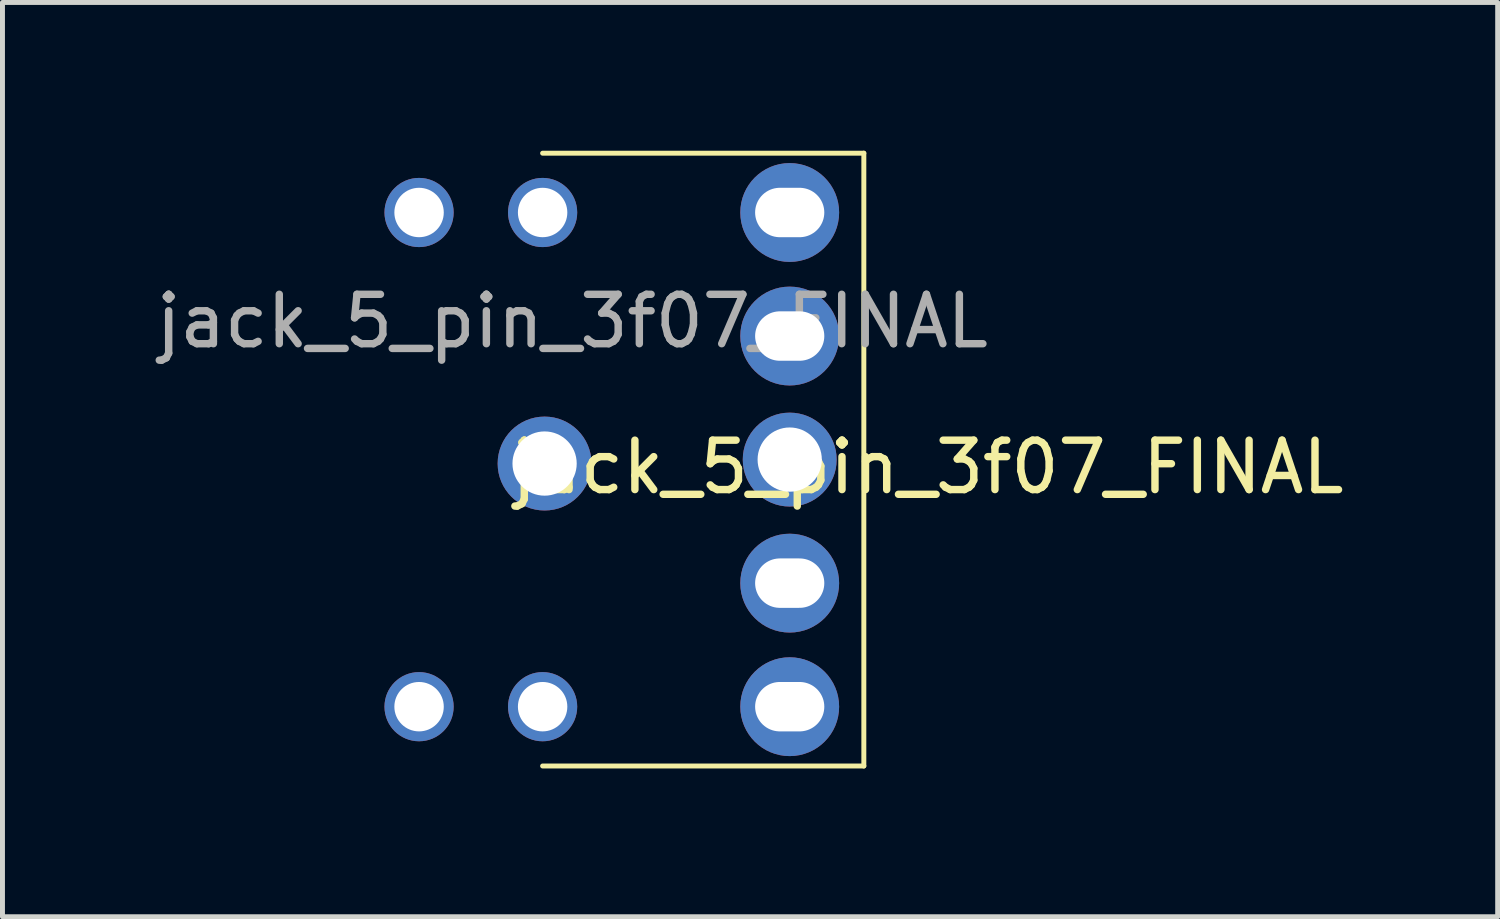
<source format=kicad_pcb>
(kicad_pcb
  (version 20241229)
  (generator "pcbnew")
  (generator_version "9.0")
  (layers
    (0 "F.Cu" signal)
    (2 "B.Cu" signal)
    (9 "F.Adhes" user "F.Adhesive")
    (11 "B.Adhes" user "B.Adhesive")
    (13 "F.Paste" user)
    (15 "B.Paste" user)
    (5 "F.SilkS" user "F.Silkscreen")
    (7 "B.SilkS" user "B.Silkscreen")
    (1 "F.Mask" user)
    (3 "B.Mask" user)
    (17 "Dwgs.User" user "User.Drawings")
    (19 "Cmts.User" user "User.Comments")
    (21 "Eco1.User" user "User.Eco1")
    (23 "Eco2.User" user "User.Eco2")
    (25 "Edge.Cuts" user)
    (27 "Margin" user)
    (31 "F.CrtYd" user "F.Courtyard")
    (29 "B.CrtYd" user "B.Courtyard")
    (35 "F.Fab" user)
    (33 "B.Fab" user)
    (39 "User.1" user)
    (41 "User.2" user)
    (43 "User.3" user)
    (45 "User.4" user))
  (footprint "jack_5_pin_3f07_FINAL"
    (layer "F.Cu")
    (at 5.43 1.25)
    (property "Reference" "jack_5_pin_3f07_FINAL" (at 10.296 5.152 0) (unlocked yes) (layer "F.SilkS") (effects (font (size 1 1) (thickness 0.15))))
    (attr through_hole)
    (fp_line (start 2.5 -1.2) (end 9 -1.2) (stroke (width 0.1) (type solid)) (layer "F.SilkS"))
    (fp_line (start 2.5 11.2) (end 9 11.2) (stroke (width 0.1) (type solid)) (layer "F.SilkS"))
    (fp_line (start 9 -1.2) (end 9 11.2) (stroke (width 0.1) (type solid)) (layer "F.SilkS"))
    (fp_text user "${REFERENCE}" (at 3.1 2.2 0) (unlocked yes) (layer "F.Fab") (effects (font (size 1 1) (thickness 0.15))))
    (pad "" thru_hole circle (at 0 0) (size 1.4 1.4) (drill 1) (layers "*.Cu" "*.Mask"))
    (pad "" thru_hole circle (at 0 10) (size 1.4 1.4) (drill 1) (layers "*.Cu" "*.Mask"))
    (pad "" thru_hole circle (at 2.5 0) (size 1.4 1.4) (drill 1) (layers "*.Cu" "*.Mask"))
    (pad "" thru_hole circle (at 2.5 10) (size 1.4 1.4) (drill 1) (layers "*.Cu" "*.Mask"))
    (pad "" thru_hole circle (at 7.5 5) (size 1.9 1.9) (drill 1.3) (layers "*.Cu" "*.Mask"))
    (pad "1" thru_hole circle (at 2.54 5.08) (size 1.9 1.9) (drill 1.3) (layers "*.Cu" "*.Mask"))
    (pad "2" thru_hole circle (at 7.5 0) (size 2 2) (drill oval 1.4 1) (layers "*.Cu" "*.Mask"))
    (pad "3" thru_hole circle (at 7.5 2.5) (size 2 2) (drill oval 1.4 1) (layers "*.Cu" "*.Mask"))
    (pad "4" thru_hole circle (at 7.5 7.5) (size 2 2) (drill oval 1.4 1) (layers "*.Cu" "*.Mask"))
    (pad "5" thru_hole circle (at 7.5 10) (size 2 2) (drill oval 1.4 1) (layers "*.Cu" "*.Mask")))
  (gr_rect
    (start -3 -3)
    (end 27.256 15.5)
    (stroke (width 0.1) (type default))
    (fill no)
    (layer "Edge.Cuts")))
</source>
